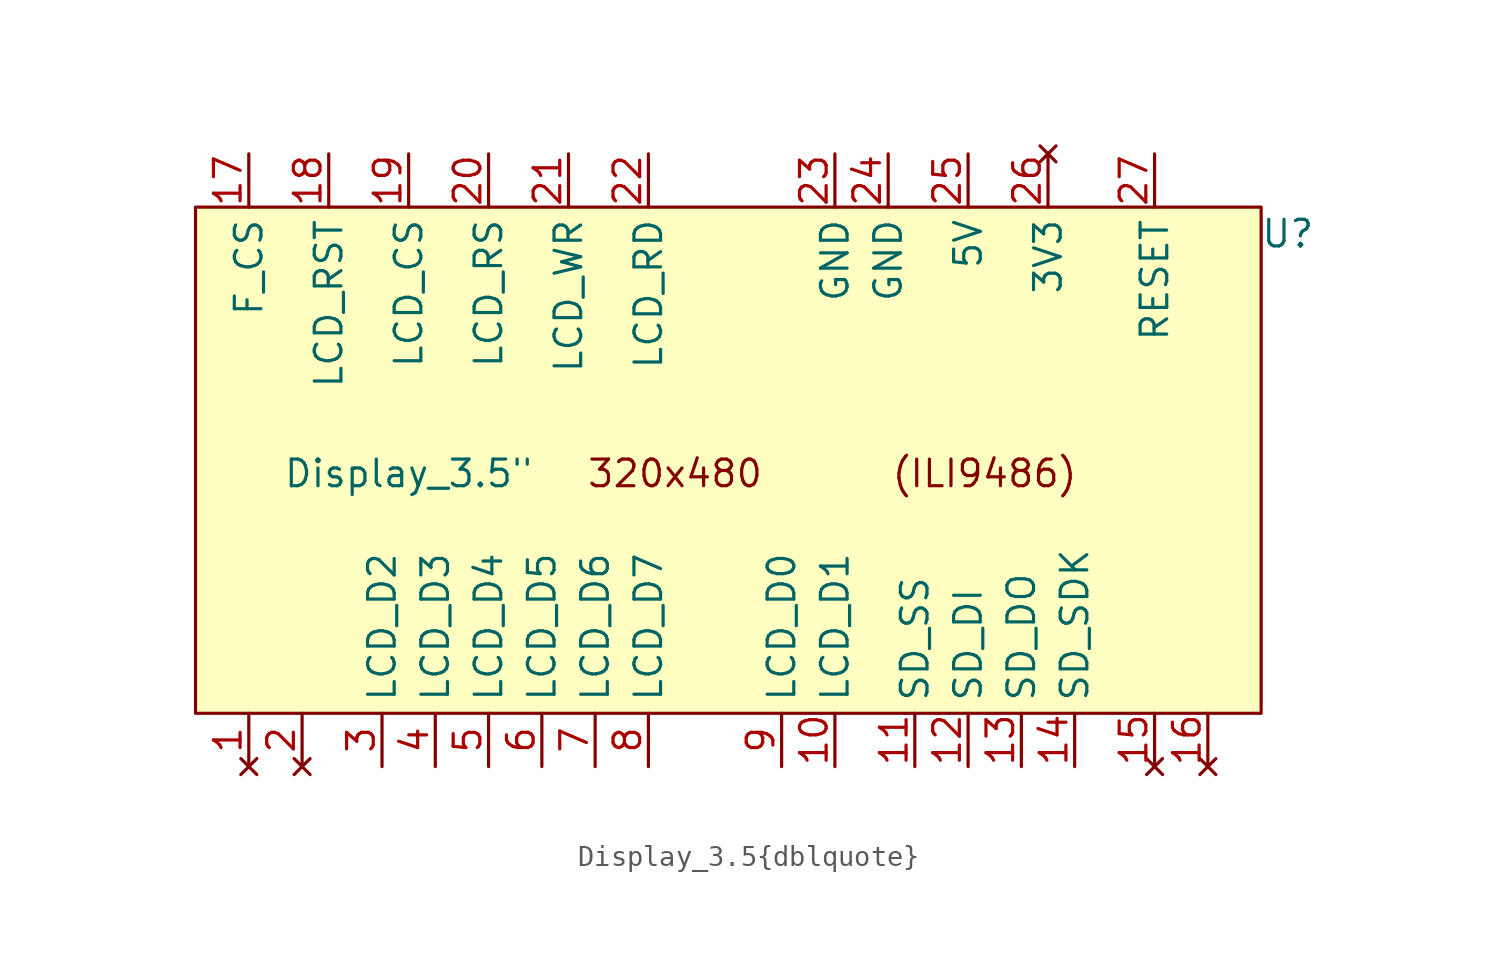
<source format=kicad_sym>
(kicad_symbol_lib
  (version 20211014)
  (generator kicad_symbol_editor)
  (symbol "Display_3.5{dblquote}"
    (property "Reference" "U"
      (at 33.02 6.35 0)
      (effects (font (size 1.27 1.27))))
    (property "Value" "Display_3.5{dblquote}"
      (at -8.89 -5.08 0)
      (effects (font (size 1.27 1.27))))
    (symbol "Display_3.5{dblquote}_0_0"
      (rectangle (start -19.05 7.62) (end 31.75 -16.51) (stroke (width 0.152) (type default) (color 0 0 0 0)) (fill (type background)))
      (text "(ILI9486) " (at 19.05 -5.08 0) (effects (font (size 1.27 1.27))))
      (text "320x480" (at 3.81 -5.08 0) (effects (font (size 1.27 1.27))))
      (pin input line (at 11.43 -19.05 90) (length 2.54) (name "LCD_D1" (effects (font (size 1.27 1.27)))) (number "10" (effects (font (size 1.27 1.27)))))
      (pin input line (at 15.24 -19.05 90) (length 2.54) (name "SD_SS" (effects (font (size 1.27 1.27)))) (number "11" (effects (font (size 1.27 1.27)))))
      (pin input line (at 17.78 -19.05 90) (length 2.54) (name "SD_DI" (effects (font (size 1.27 1.27)))) (number "12" (effects (font (size 1.27 1.27)))))
      (pin input line (at 20.32 -19.05 90) (length 2.54) (name "SD_DO" (effects (font (size 1.27 1.27)))) (number "13" (effects (font (size 1.27 1.27)))))
      (pin input line (at 22.86 -19.05 90) (length 2.54) (name "SD_SDK" (effects (font (size 1.27 1.27)))) (number "14" (effects (font (size 1.27 1.27)))))
      (pin no_connect line (at 26.67 -19.05 90) (length 2.54) (name "" (effects (font (size 1.27 1.27)))) (number "15" (effects (font (size 1.27 1.27)))))
      (pin no_connect line (at 29.21 -19.05 90) (length 2.54) (name "" (effects (font (size 1.27 1.27)))) (number "16" (effects (font (size 1.27 1.27)))))
      (pin input line (at -16.51 10.16 270) (length 2.54) (name "F_CS" (effects (font (size 1.27 1.27)))) (number "17" (effects (font (size 1.27 1.27)))))
      (pin input line (at -12.7 10.16 270) (length 2.54) (name "LCD_RST" (effects (font (size 1.27 1.27)))) (number "18" (effects (font (size 1.27 1.27)))))
      (pin input line (at -8.89 10.16 270) (length 2.54) (name "LCD_CS" (effects (font (size 1.27 1.27)))) (number "19" (effects (font (size 1.27 1.27)))))
      (pin input line (at -5.08 10.16 270) (length 2.54) (name "LCD_RS" (effects (font (size 1.27 1.27)))) (number "20" (effects (font (size 1.27 1.27)))))
      (pin input line (at -1.27 10.16 270) (length 2.54) (name "LCD_WR" (effects (font (size 1.27 1.27)))) (number "21" (effects (font (size 1.27 1.27)))))
      (pin input line (at 2.54 10.16 270) (length 2.54) (name "LCD_RD" (effects (font (size 1.27 1.27)))) (number "22" (effects (font (size 1.27 1.27)))))
      (pin power_in line (at 11.43 10.16 270) (length 2.54) (name "GND" (effects (font (size 1.27 1.27)))) (number "23" (effects (font (size 1.27 1.27)))))
      (pin power_in line (at 13.97 10.16 270) (length 2.54) (name "GND" (effects (font (size 1.27 1.27)))) (number "24" (effects (font (size 1.27 1.27)))))
      (pin power_in line (at 17.78 10.16 270) (length 2.54) (name "5V" (effects (font (size 1.27 1.27)))) (number "25" (effects (font (size 1.27 1.27)))))
      (pin no_connect line (at 21.59 10.16 270) (length 2.54) (name "3V3" (effects (font (size 1.27 1.27)))) (number "26" (effects (font (size 1.27 1.27)))))
      (pin input line (at 26.67 10.16 270) (length 2.54) (name "RESET" (effects (font (size 1.27 1.27)))) (number "27" (effects (font (size 1.27 1.27)))))
      (pin input line (at -10.16 -19.05 90) (length 2.54) (name "LCD_D2" (effects (font (size 1.27 1.27)))) (number "3" (effects (font (size 1.27 1.27)))))
      (pin input line (at -7.62 -19.05 90) (length 2.54) (name "LCD_D3" (effects (font (size 1.27 1.27)))) (number "4" (effects (font (size 1.27 1.27)))))
      (pin input line (at -5.08 -19.05 90) (length 2.54) (name "LCD_D4" (effects (font (size 1.27 1.27)))) (number "5" (effects (font (size 1.27 1.27)))))
      (pin input line (at -2.54 -19.05 90) (length 2.54) (name "LCD_D5" (effects (font (size 1.27 1.27)))) (number "6" (effects (font (size 1.27 1.27)))))
      (pin input line (at 0 -19.05 90) (length 2.54) (name "LCD_D6" (effects (font (size 1.27 1.27)))) (number "7" (effects (font (size 1.27 1.27)))))
      (pin input line (at 2.54 -19.05 90) (length 2.54) (name "LCD_D7" (effects (font (size 1.27 1.27)))) (number "8" (effects (font (size 1.27 1.27))))))
    (symbol "Display_3.5{dblquote}_1_1"
      (pin no_connect line (at -16.51 -19.05 90) (length 2.54) (name "" (effects (font (size 1.27 1.27)))) (number "1" (effects (font (size 1.27 1.27)))))
      (pin no_connect line (at -13.97 -19.05 90) (length 2.54) (name "" (effects (font (size 1.27 1.27)))) (number "2" (effects (font (size 1.27 1.27)))))
      (pin input line (at 8.89 -19.05 90) (length 2.54) (name "LCD_D0" (effects (font (size 1.27 1.27)))) (number "9" (effects (font (size 1.27 1.27))))))))
</source>
